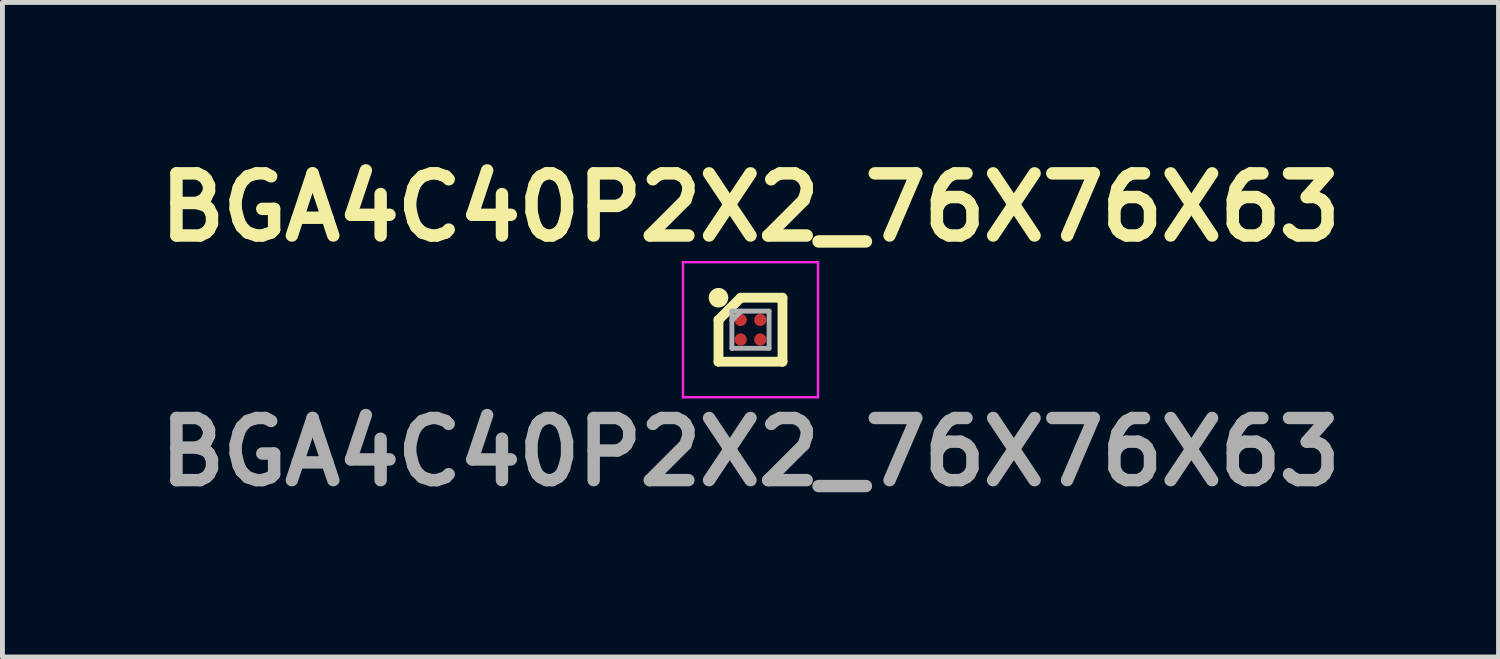
<source format=kicad_pcb>
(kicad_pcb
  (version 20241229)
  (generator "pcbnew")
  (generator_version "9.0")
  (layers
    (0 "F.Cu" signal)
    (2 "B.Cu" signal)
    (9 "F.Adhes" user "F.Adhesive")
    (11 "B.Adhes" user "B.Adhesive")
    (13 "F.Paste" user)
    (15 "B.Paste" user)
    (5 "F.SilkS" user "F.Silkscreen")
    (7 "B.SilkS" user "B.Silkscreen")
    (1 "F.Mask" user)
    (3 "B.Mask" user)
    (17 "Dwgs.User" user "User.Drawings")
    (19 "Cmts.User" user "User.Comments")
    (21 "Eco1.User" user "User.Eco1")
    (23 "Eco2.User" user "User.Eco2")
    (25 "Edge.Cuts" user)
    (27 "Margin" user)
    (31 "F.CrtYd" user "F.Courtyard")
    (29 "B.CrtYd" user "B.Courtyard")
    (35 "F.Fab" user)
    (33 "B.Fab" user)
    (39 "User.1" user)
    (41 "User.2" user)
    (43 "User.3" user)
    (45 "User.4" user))
  (footprint "BGA4C40P2X2_76X76X63"
    (layer "F.Cu")
    (at 12.289 3.689)
    (property "Reference" "BGA4C40P2X2_76X76X63" (at 0 -2.5 0) (layer "F.SilkS") (effects (font (size 1.27 1.27) (thickness 0.254))))
    (attr smd)
    (fp_line (start -0.654 -0.2) (end -0.2 -0.654) (stroke (width 0.2) (type solid)) (layer "F.SilkS"))
    (fp_line (start -0.654 0.654) (end -0.654 -0.2) (stroke (width 0.2) (type solid)) (layer "F.SilkS"))
    (fp_line (start -0.2 -0.654) (end 0.654 -0.654) (stroke (width 0.2) (type solid)) (layer "F.SilkS"))
    (fp_line (start 0.654 -0.654) (end 0.654 0.654) (stroke (width 0.2) (type solid)) (layer "F.SilkS"))
    (fp_line (start 0.654 0.654) (end -0.654 0.654) (stroke (width 0.2) (type solid)) (layer "F.SilkS"))
    (fp_circle (center -0.654 -0.654) (end -0.654 -0.554) (stroke (width 0.2) (type solid)) (fill no) (layer "F.SilkS"))
    (fp_line (start -1.38 -1.38) (end 1.38 -1.38) (stroke (width 0.05) (type solid)) (layer "F.CrtYd"))
    (fp_line (start -1.38 1.38) (end -1.38 -1.38) (stroke (width 0.05) (type solid)) (layer "F.CrtYd"))
    (fp_line (start 1.38 -1.38) (end 1.38 1.38) (stroke (width 0.05) (type solid)) (layer "F.CrtYd"))
    (fp_line (start 1.38 1.38) (end -1.38 1.38) (stroke (width 0.05) (type solid)) (layer "F.CrtYd"))
    (fp_line (start -0.38 -0.38) (end 0.38 -0.38) (stroke (width 0.1) (type solid)) (layer "F.Fab"))
    (fp_line (start -0.38 -0.19) (end -0.19 -0.38) (stroke (width 0.1) (type solid)) (layer "F.Fab"))
    (fp_line (start -0.38 0.38) (end -0.38 -0.38) (stroke (width 0.1) (type solid)) (layer "F.Fab"))
    (fp_line (start 0.38 -0.38) (end 0.38 0.38) (stroke (width 0.1) (type solid)) (layer "F.Fab"))
    (fp_line (start 0.38 0.38) (end -0.38 0.38) (stroke (width 0.1) (type solid)) (layer "F.Fab"))
    (fp_text user "${REFERENCE}" (at 0 2.5 0) (layer "F.Fab") (effects (font (size 1.27 1.27) (thickness 0.254))))
    (pad "A1" smd circle (at -0.2 -0.2 90) (size 0.25 0.25) (layers "F.Cu" "F.Mask" "F.Paste"))
    (pad "A2" smd circle (at 0.2 -0.2 90) (size 0.25 0.25) (layers "F.Cu" "F.Mask" "F.Paste"))
    (pad "B1" smd circle (at -0.2 0.2 90) (size 0.25 0.25) (layers "F.Cu" "F.Mask" "F.Paste"))
    (pad "B2" smd circle (at 0.2 0.2 90) (size 0.25 0.25) (layers "F.Cu" "F.Mask" "F.Paste")))
  (gr_rect
    (start -3 -3)
    (end 27.578 10.377)
    (stroke (width 0.1) (type default))
    (fill no)
    (layer "Edge.Cuts")))
</source>
